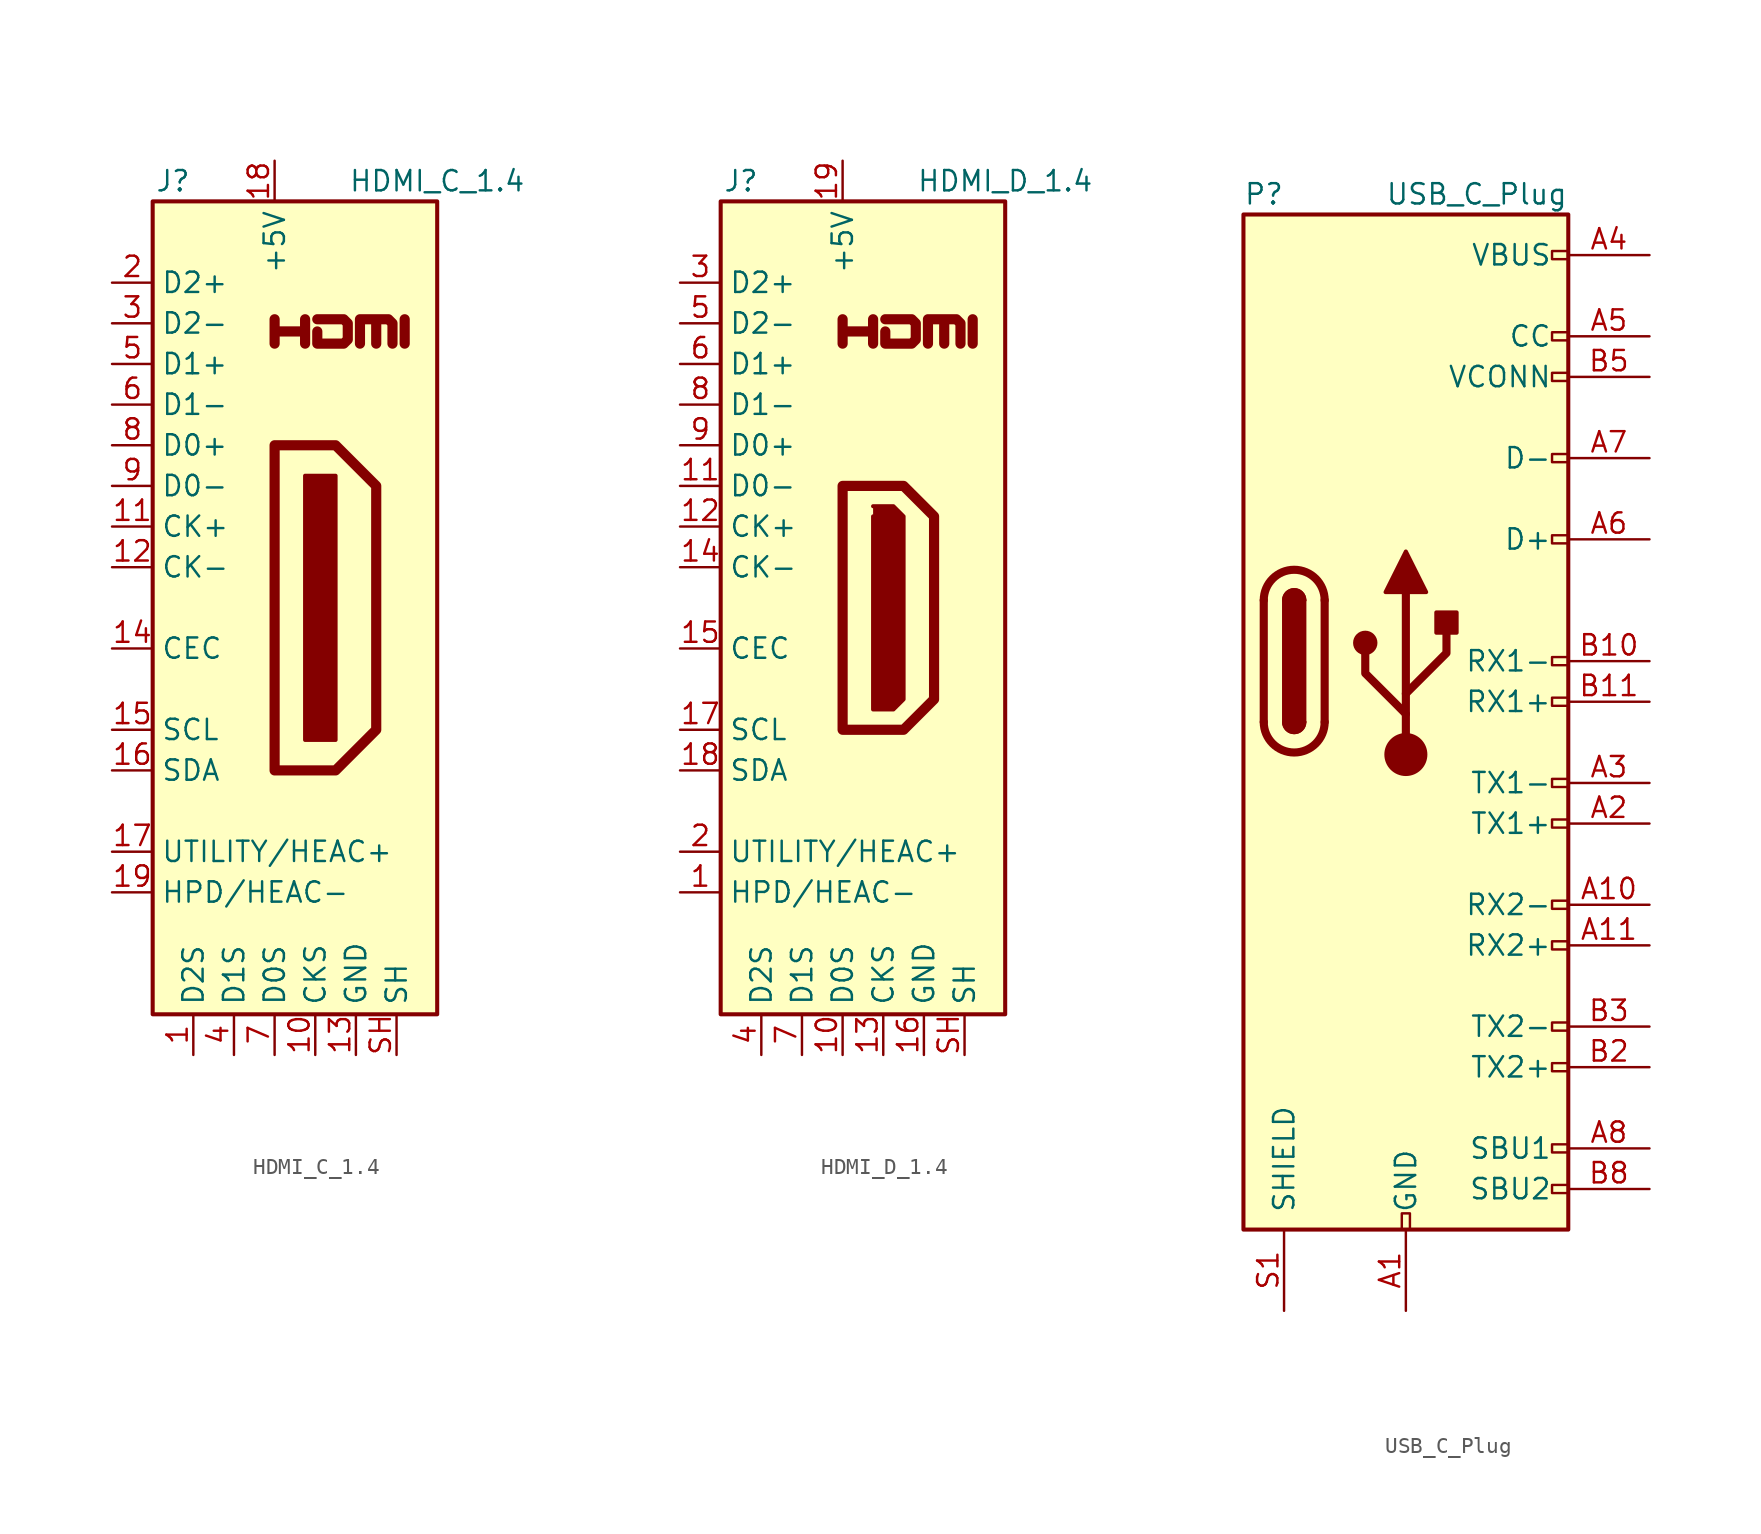
<source format=kicad_sym>
(kicad_symbol_lib
  (version 20210619)
  (generator kicad_symbol_editor)
  (symbol "Connector:HDMI_C_1.4"
    (property "Reference" "J"
      (at -6.35 26.67 0)
      (effects (font (size 1.27 1.27))))
    (property "Value" "HDMI_C_1.4"
      (at 10.16 26.67 0)
      (effects (font (size 1.27 1.27))))
    (symbol "HDMI_C_1.4_0_0"
      (polyline (pts (xy 8.128 16.51) (xy 8.128 18.034)) (stroke (width 0.635)) (fill (type none)))
      (polyline (pts (xy 0 16.51) (xy 0 18.034) (xy 0 17.272) (xy 1.905 17.272) (xy 1.905 18.034) (xy 1.905 16.51)) (stroke (width 0.635)) (fill (type none)))
      (polyline (pts (xy 2.667 18.034) (xy 4.318 18.034) (xy 4.572 17.78) (xy 4.572 16.764) (xy 4.318 16.51) (xy 2.667 16.51) (xy 2.667 17.272)) (stroke (width 0.635)) (fill (type none))))
    (symbol "HDMI_C_1.4_0_1"
      (rectangle (start 1.905 8.255) (end 3.81 -8.255) (stroke (width 0.254)) (fill (type outline)))
      (rectangle (start -7.62 25.4) (end 10.16 -25.4) (stroke (width 0.254)) (fill (type background)))
      (polyline (pts (xy 0 10.16) (xy 3.81 10.16) (xy 6.35 7.62) (xy 6.35 -7.62) (xy 3.81 -10.16) (xy 0 -10.16) (xy 0 10.16)) (stroke (width 0.635)) (fill (type none)))
      (polyline (pts (xy 5.334 16.51) (xy 5.334 18.034) (xy 6.35 18.034) (xy 6.35 16.51) (xy 6.35 18.034) (xy 7.112 18.034) (xy 7.366 17.78) (xy 7.366 16.51)) (stroke (width 0.635)) (fill (type none))))
    (symbol "HDMI_C_1.4_1_1"
      (pin power_in line (at -5.08 -27.94 90) (length 2.54) (name "D2S" (effects (font (size 1.27 1.27)))) (number "1" (effects (font (size 1.27 1.27)))))
      (pin power_in line (at 2.54 -27.94 90) (length 2.54) (name "CKS" (effects (font (size 1.27 1.27)))) (number "10" (effects (font (size 1.27 1.27)))))
      (pin passive line (at -10.16 5.08 0) (length 2.54) (name "CK+" (effects (font (size 1.27 1.27)))) (number "11" (effects (font (size 1.27 1.27)))))
      (pin passive line (at -10.16 2.54 0) (length 2.54) (name "CK-" (effects (font (size 1.27 1.27)))) (number "12" (effects (font (size 1.27 1.27)))))
      (pin power_in line (at 5.08 -27.94 90) (length 2.54) (name "GND" (effects (font (size 1.27 1.27)))) (number "13" (effects (font (size 1.27 1.27)))))
      (pin bidirectional line (at -10.16 -2.54 0) (length 2.54) (name "CEC" (effects (font (size 1.27 1.27)))) (number "14" (effects (font (size 1.27 1.27)))))
      (pin passive line (at -10.16 -7.62 0) (length 2.54) (name "SCL" (effects (font (size 1.27 1.27)))) (number "15" (effects (font (size 1.27 1.27)))))
      (pin bidirectional line (at -10.16 -10.16 0) (length 2.54) (name "SDA" (effects (font (size 1.27 1.27)))) (number "16" (effects (font (size 1.27 1.27)))))
      (pin passive line (at -10.16 -15.24 0) (length 2.54) (name "UTILITY/HEAC+" (effects (font (size 1.27 1.27)))) (number "17" (effects (font (size 1.27 1.27)))))
      (pin power_in line (at 0 27.94 270) (length 2.54) (name "+5V" (effects (font (size 1.27 1.27)))) (number "18" (effects (font (size 1.27 1.27)))))
      (pin passive line (at -10.16 -17.78 0) (length 2.54) (name "HPD/HEAC-" (effects (font (size 1.27 1.27)))) (number "19" (effects (font (size 1.27 1.27)))))
      (pin passive line (at -10.16 20.32 0) (length 2.54) (name "D2+" (effects (font (size 1.27 1.27)))) (number "2" (effects (font (size 1.27 1.27)))))
      (pin passive line (at -10.16 17.78 0) (length 2.54) (name "D2-" (effects (font (size 1.27 1.27)))) (number "3" (effects (font (size 1.27 1.27)))))
      (pin power_in line (at -2.54 -27.94 90) (length 2.54) (name "D1S" (effects (font (size 1.27 1.27)))) (number "4" (effects (font (size 1.27 1.27)))))
      (pin passive line (at -10.16 15.24 0) (length 2.54) (name "D1+" (effects (font (size 1.27 1.27)))) (number "5" (effects (font (size 1.27 1.27)))))
      (pin passive line (at -10.16 12.7 0) (length 2.54) (name "D1-" (effects (font (size 1.27 1.27)))) (number "6" (effects (font (size 1.27 1.27)))))
      (pin power_in line (at 0 -27.94 90) (length 2.54) (name "D0S" (effects (font (size 1.27 1.27)))) (number "7" (effects (font (size 1.27 1.27)))))
      (pin passive line (at -10.16 10.16 0) (length 2.54) (name "D0+" (effects (font (size 1.27 1.27)))) (number "8" (effects (font (size 1.27 1.27)))))
      (pin passive line (at -10.16 7.62 0) (length 2.54) (name "D0-" (effects (font (size 1.27 1.27)))) (number "9" (effects (font (size 1.27 1.27)))))
      (pin passive line (at 7.62 -27.94 90) (length 2.54) (name "SH" (effects (font (size 1.27 1.27)))) (number "SH" (effects (font (size 1.27 1.27)))))))
  (symbol "Connector:HDMI_D_1.4"
    (property "Reference" "J"
      (at -6.35 26.67 0)
      (effects (font (size 1.27 1.27))))
    (property "Value" "HDMI_D_1.4"
      (at 10.16 26.67 0)
      (effects (font (size 1.27 1.27))))
    (symbol "HDMI_D_1.4_0_0"
      (polyline (pts (xy 8.128 16.51) (xy 8.128 18.034)) (stroke (width 0.635)) (fill (type none)))
      (polyline (pts (xy 0 16.51) (xy 0 18.034) (xy 0 17.272) (xy 1.905 17.272) (xy 1.905 18.034) (xy 1.905 16.51)) (stroke (width 0.635)) (fill (type none)))
      (polyline (pts (xy 2.667 18.034) (xy 4.318 18.034) (xy 4.572 17.78) (xy 4.572 16.764) (xy 4.318 16.51) (xy 2.667 16.51) (xy 2.667 17.272)) (stroke (width 0.635)) (fill (type none))))
    (symbol "HDMI_D_1.4_0_1"
      (rectangle (start -7.62 25.4) (end 10.16 -25.4) (stroke (width 0.254)) (fill (type background)))
      (polyline (pts (xy 0 7.62) (xy 3.81 7.62) (xy 5.715 5.715) (xy 5.715 -5.715) (xy 3.81 -7.62) (xy 0 -7.62) (xy 0 7.62)) (stroke (width 0.635)) (fill (type none)))
      (polyline (pts (xy 5.334 16.51) (xy 5.334 18.034) (xy 6.35 18.034) (xy 6.35 16.51) (xy 6.35 18.034) (xy 7.112 18.034) (xy 7.366 17.78) (xy 7.366 16.51)) (stroke (width 0.635)) (fill (type none)))
      (polyline (pts (xy 1.905 6.35) (xy 3.175 6.35) (xy 3.81 5.715) (xy 3.81 -5.715) (xy 3.175 -6.35) (xy 1.905 -6.35) (xy 1.905 5.715)) (stroke (width 0.254)) (fill (type outline))))
    (symbol "HDMI_D_1.4_1_1"
      (pin passive line (at -10.16 -17.78 0) (length 2.54) (name "HPD/HEAC-" (effects (font (size 1.27 1.27)))) (number "1" (effects (font (size 1.27 1.27)))))
      (pin power_in line (at 0 -27.94 90) (length 2.54) (name "D0S" (effects (font (size 1.27 1.27)))) (number "10" (effects (font (size 1.27 1.27)))))
      (pin passive line (at -10.16 7.62 0) (length 2.54) (name "D0-" (effects (font (size 1.27 1.27)))) (number "11" (effects (font (size 1.27 1.27)))))
      (pin passive line (at -10.16 5.08 0) (length 2.54) (name "CK+" (effects (font (size 1.27 1.27)))) (number "12" (effects (font (size 1.27 1.27)))))
      (pin power_in line (at 2.54 -27.94 90) (length 2.54) (name "CKS" (effects (font (size 1.27 1.27)))) (number "13" (effects (font (size 1.27 1.27)))))
      (pin passive line (at -10.16 2.54 0) (length 2.54) (name "CK-" (effects (font (size 1.27 1.27)))) (number "14" (effects (font (size 1.27 1.27)))))
      (pin bidirectional line (at -10.16 -2.54 0) (length 2.54) (name "CEC" (effects (font (size 1.27 1.27)))) (number "15" (effects (font (size 1.27 1.27)))))
      (pin power_in line (at 5.08 -27.94 90) (length 2.54) (name "GND" (effects (font (size 1.27 1.27)))) (number "16" (effects (font (size 1.27 1.27)))))
      (pin passive line (at -10.16 -7.62 0) (length 2.54) (name "SCL" (effects (font (size 1.27 1.27)))) (number "17" (effects (font (size 1.27 1.27)))))
      (pin bidirectional line (at -10.16 -10.16 0) (length 2.54) (name "SDA" (effects (font (size 1.27 1.27)))) (number "18" (effects (font (size 1.27 1.27)))))
      (pin power_in line (at 0 27.94 270) (length 2.54) (name "+5V" (effects (font (size 1.27 1.27)))) (number "19" (effects (font (size 1.27 1.27)))))
      (pin passive line (at -10.16 -15.24 0) (length 2.54) (name "UTILITY/HEAC+" (effects (font (size 1.27 1.27)))) (number "2" (effects (font (size 1.27 1.27)))))
      (pin passive line (at -10.16 20.32 0) (length 2.54) (name "D2+" (effects (font (size 1.27 1.27)))) (number "3" (effects (font (size 1.27 1.27)))))
      (pin power_in line (at -5.08 -27.94 90) (length 2.54) (name "D2S" (effects (font (size 1.27 1.27)))) (number "4" (effects (font (size 1.27 1.27)))))
      (pin passive line (at -10.16 17.78 0) (length 2.54) (name "D2-" (effects (font (size 1.27 1.27)))) (number "5" (effects (font (size 1.27 1.27)))))
      (pin passive line (at -10.16 15.24 0) (length 2.54) (name "D1+" (effects (font (size 1.27 1.27)))) (number "6" (effects (font (size 1.27 1.27)))))
      (pin power_in line (at -2.54 -27.94 90) (length 2.54) (name "D1S" (effects (font (size 1.27 1.27)))) (number "7" (effects (font (size 1.27 1.27)))))
      (pin passive line (at -10.16 12.7 0) (length 2.54) (name "D1-" (effects (font (size 1.27 1.27)))) (number "8" (effects (font (size 1.27 1.27)))))
      (pin passive line (at -10.16 10.16 0) (length 2.54) (name "D0+" (effects (font (size 1.27 1.27)))) (number "9" (effects (font (size 1.27 1.27)))))
      (pin passive line (at 7.62 -27.94 90) (length 2.54) (name "SH" (effects (font (size 1.27 1.27)))) (number "SH" (effects (font (size 1.27 1.27)))))))
  (symbol "Connector:USB_C_Plug"
    (pin_names
      (offset 1.016))
    (property "Reference" "P"
      (at -10.16 29.21 0)
      (effects (font (size 1.27 1.27)) (justify left)))
    (property "Value" "USB_C_Plug"
      (at 10.16 29.21 0)
      (effects (font (size 1.27 1.27)) (justify right)))
    (symbol "USB_C_Plug_0_0"
      (rectangle (start -0.254 -35.56) (end 0.254 -34.544) (stroke (width 0)) (fill (type none)))
      (rectangle (start 10.16 -32.766) (end 9.144 -33.274) (stroke (width 0)) (fill (type none)))
      (rectangle (start 10.16 -30.226) (end 9.144 -30.734) (stroke (width 0)) (fill (type none)))
      (rectangle (start 10.16 -25.146) (end 9.144 -25.654) (stroke (width 0)) (fill (type none)))
      (rectangle (start 10.16 -22.606) (end 9.144 -23.114) (stroke (width 0)) (fill (type none)))
      (rectangle (start 10.16 -17.526) (end 9.144 -18.034) (stroke (width 0)) (fill (type none)))
      (rectangle (start 10.16 -14.986) (end 9.144 -15.494) (stroke (width 0)) (fill (type none)))
      (rectangle (start 10.16 -9.906) (end 9.144 -10.414) (stroke (width 0)) (fill (type none)))
      (rectangle (start 10.16 -7.366) (end 9.144 -7.874) (stroke (width 0)) (fill (type none)))
      (rectangle (start 10.16 -2.286) (end 9.144 -2.794) (stroke (width 0)) (fill (type none)))
      (rectangle (start 10.16 0.254) (end 9.144 -0.254) (stroke (width 0)) (fill (type none)))
      (rectangle (start 10.16 7.874) (end 9.144 7.366) (stroke (width 0)) (fill (type none)))
      (rectangle (start 10.16 12.954) (end 9.144 12.446) (stroke (width 0)) (fill (type none)))
      (rectangle (start 10.16 18.034) (end 9.144 17.526) (stroke (width 0)) (fill (type none)))
      (rectangle (start 10.16 20.574) (end 9.144 20.066) (stroke (width 0)) (fill (type none)))
      (rectangle (start 10.16 25.654) (end 9.144 25.146) (stroke (width 0)) (fill (type none))))
    (symbol "USB_C_Plug_0_1"
      (arc (start -8.89 -3.81) (end -5.08 -3.81) (radius (at -6.985 -3.81) (length 1.905) (angles -179.9 -0.1)) (stroke (width 0.508)) (fill (type none)))
      (arc (start -7.62 -3.81) (end -6.35 -3.81) (radius (at -6.985 -3.81) (length 0.635) (angles -179.9 -0.1)) (stroke (width 0.254)) (fill (type none)))
      (arc (start -5.08 3.81) (end -8.89 3.81) (radius (at -6.985 3.81) (length 1.905) (angles 0.1 179.9)) (stroke (width 0.508)) (fill (type none)))
      (arc (start -6.35 3.81) (end -7.62 3.81) (radius (at -6.985 3.81) (length 0.635) (angles 0.1 179.9)) (stroke (width 0.254)) (fill (type none)))
      (arc (start -7.62 -3.81) (end -6.35 -3.81) (radius (at -6.985 -3.81) (length 0.635) (angles -179.9 -0.1)) (stroke (width 0.254)) (fill (type outline)))
      (arc (start -6.35 3.81) (end -7.62 3.81) (radius (at -6.985 3.81) (length 0.635) (angles 0.1 179.9)) (stroke (width 0.254)) (fill (type outline)))
      (rectangle (start -7.62 -3.81) (end -6.35 3.81) (stroke (width 0.254)) (fill (type outline)))
      (rectangle (start -10.16 27.94) (end 10.16 -35.56) (stroke (width 0.254)) (fill (type background)))
      (polyline (pts (xy -8.89 -3.81) (xy -8.89 3.81)) (stroke (width 0.508)) (fill (type none)))
      (polyline (pts (xy -5.08 3.81) (xy -5.08 -3.81)) (stroke (width 0.508)) (fill (type none))))
    (symbol "USB_C_Plug_1_1"
      (circle (center -2.54 1.143) (radius 0.635) (stroke (width 0.254)) (fill (type outline)))
      (circle (center 0 -5.842) (radius 1.27) (stroke (width 0)) (fill (type outline)))
      (rectangle (start 1.905 1.778) (end 3.175 3.048) (stroke (width 0.254)) (fill (type outline)))
      (polyline (pts (xy 0 -5.842) (xy 0 4.318)) (stroke (width 0.508)) (fill (type none)))
      (polyline (pts (xy 0 -3.302) (xy -2.54 -0.762) (xy -2.54 0.508)) (stroke (width 0.508)) (fill (type none)))
      (polyline (pts (xy 0 -2.032) (xy 2.54 0.508) (xy 2.54 1.778)) (stroke (width 0.508)) (fill (type none)))
      (polyline (pts (xy -1.27 4.318) (xy 0 6.858) (xy 1.27 4.318) (xy -1.27 4.318)) (stroke (width 0.254)) (fill (type outline)))
      (pin power_in line (at 0 -40.64 90) (length 5.08) (name "GND" (effects (font (size 1.27 1.27)))) (number "A1" (effects (font (size 1.27 1.27)))))
      (pin bidirectional line (at 15.24 -15.24 180) (length 5.08) (name "RX2-" (effects (font (size 1.27 1.27)))) (number "A10" (effects (font (size 1.27 1.27)))))
      (pin bidirectional line (at 15.24 -17.78 180) (length 5.08) (name "RX2+" (effects (font (size 1.27 1.27)))) (number "A11" (effects (font (size 1.27 1.27)))))
      (pin passive line (at 0 -40.64 90) (length 5.08) hide (name "GND" (effects (font (size 1.27 1.27)))) (number "A12" (effects (font (size 1.27 1.27)))))
      (pin bidirectional line (at 15.24 -10.16 180) (length 5.08) (name "TX1+" (effects (font (size 1.27 1.27)))) (number "A2" (effects (font (size 1.27 1.27)))))
      (pin bidirectional line (at 15.24 -7.62 180) (length 5.08) (name "TX1-" (effects (font (size 1.27 1.27)))) (number "A3" (effects (font (size 1.27 1.27)))))
      (pin power_in line (at 15.24 25.4 180) (length 5.08) (name "VBUS" (effects (font (size 1.27 1.27)))) (number "A4" (effects (font (size 1.27 1.27)))))
      (pin bidirectional line (at 15.24 20.32 180) (length 5.08) (name "CC" (effects (font (size 1.27 1.27)))) (number "A5" (effects (font (size 1.27 1.27)))))
      (pin bidirectional line (at 15.24 7.62 180) (length 5.08) (name "D+" (effects (font (size 1.27 1.27)))) (number "A6" (effects (font (size 1.27 1.27)))))
      (pin bidirectional line (at 15.24 12.7 180) (length 5.08) (name "D-" (effects (font (size 1.27 1.27)))) (number "A7" (effects (font (size 1.27 1.27)))))
      (pin bidirectional line (at 15.24 -30.48 180) (length 5.08) (name "SBU1" (effects (font (size 1.27 1.27)))) (number "A8" (effects (font (size 1.27 1.27)))))
      (pin passive line (at 15.24 25.4 180) (length 5.08) hide (name "VBUS" (effects (font (size 1.27 1.27)))) (number "A9" (effects (font (size 1.27 1.27)))))
      (pin passive line (at 0 -40.64 90) (length 5.08) hide (name "GND" (effects (font (size 1.27 1.27)))) (number "B1" (effects (font (size 1.27 1.27)))))
      (pin bidirectional line (at 15.24 0 180) (length 5.08) (name "RX1-" (effects (font (size 1.27 1.27)))) (number "B10" (effects (font (size 1.27 1.27)))))
      (pin bidirectional line (at 15.24 -2.54 180) (length 5.08) (name "RX1+" (effects (font (size 1.27 1.27)))) (number "B11" (effects (font (size 1.27 1.27)))))
      (pin passive line (at 0 -40.64 90) (length 5.08) hide (name "GND" (effects (font (size 1.27 1.27)))) (number "B12" (effects (font (size 1.27 1.27)))))
      (pin bidirectional line (at 15.24 -25.4 180) (length 5.08) (name "TX2+" (effects (font (size 1.27 1.27)))) (number "B2" (effects (font (size 1.27 1.27)))))
      (pin bidirectional line (at 15.24 -22.86 180) (length 5.08) (name "TX2-" (effects (font (size 1.27 1.27)))) (number "B3" (effects (font (size 1.27 1.27)))))
      (pin passive line (at 15.24 25.4 180) (length 5.08) hide (name "VBUS" (effects (font (size 1.27 1.27)))) (number "B4" (effects (font (size 1.27 1.27)))))
      (pin bidirectional line (at 15.24 17.78 180) (length 5.08) (name "VCONN" (effects (font (size 1.27 1.27)))) (number "B5" (effects (font (size 1.27 1.27)))))
      (pin bidirectional line (at 15.24 -33.02 180) (length 5.08) (name "SBU2" (effects (font (size 1.27 1.27)))) (number "B8" (effects (font (size 1.27 1.27)))))
      (pin passive line (at 15.24 25.4 180) (length 5.08) hide (name "VBUS" (effects (font (size 1.27 1.27)))) (number "B9" (effects (font (size 1.27 1.27)))))
      (pin passive line (at -7.62 -40.64 90) (length 5.08) (name "SHIELD" (effects (font (size 1.27 1.27)))) (number "S1" (effects (font (size 1.27 1.27))))))))
</source>
